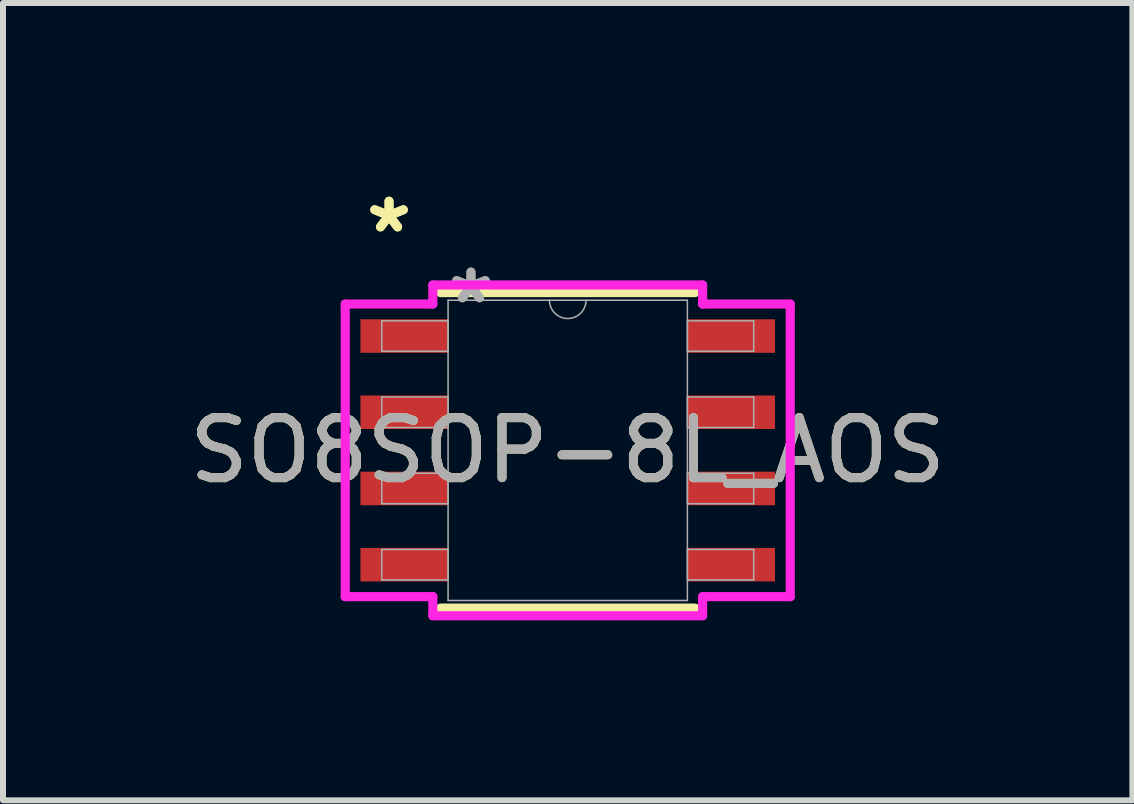
<source format=kicad_pcb>
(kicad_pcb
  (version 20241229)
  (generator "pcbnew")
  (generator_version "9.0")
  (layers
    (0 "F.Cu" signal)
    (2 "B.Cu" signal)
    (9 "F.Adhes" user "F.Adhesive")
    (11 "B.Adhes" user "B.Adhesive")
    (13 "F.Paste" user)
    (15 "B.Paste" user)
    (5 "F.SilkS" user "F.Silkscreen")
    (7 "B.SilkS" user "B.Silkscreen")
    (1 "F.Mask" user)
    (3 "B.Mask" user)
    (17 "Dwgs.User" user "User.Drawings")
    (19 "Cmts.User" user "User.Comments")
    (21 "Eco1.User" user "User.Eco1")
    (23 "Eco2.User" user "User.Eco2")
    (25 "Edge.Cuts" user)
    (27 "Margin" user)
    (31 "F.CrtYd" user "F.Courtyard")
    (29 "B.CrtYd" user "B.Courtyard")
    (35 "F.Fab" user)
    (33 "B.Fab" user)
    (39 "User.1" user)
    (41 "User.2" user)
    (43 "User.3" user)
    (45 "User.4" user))
  (footprint "SO8SOP-8L_AOS"
    (layer "F.Cu")
    (at 6.411 4.455)
    (property "Reference" "SO8SOP-8L_AOS" (at 0 0 0) (unlocked yes) (layer "F.SilkS") (effects (font (size 1 1) (thickness 0.15))))
    (attr smd)
    (fp_line (start -2.121 2.629) (end 2.121 2.629) (stroke (width 0.152) (type solid)) (layer "F.SilkS"))
    (fp_line (start 2.121 -2.629) (end -2.121 -2.629) (stroke (width 0.152) (type solid)) (layer "F.SilkS"))
    (fp_line (start -3.708 -2.438) (end -2.248 -2.438) (stroke (width 0.152) (type solid)) (layer "F.CrtYd"))
    (fp_line (start -3.708 2.438) (end -3.708 -2.438) (stroke (width 0.152) (type solid)) (layer "F.CrtYd"))
    (fp_line (start -3.708 2.438) (end -2.248 2.438) (stroke (width 0.152) (type solid)) (layer "F.CrtYd"))
    (fp_line (start -2.248 -2.756) (end 2.248 -2.756) (stroke (width 0.152) (type solid)) (layer "F.CrtYd"))
    (fp_line (start -2.248 -2.438) (end -2.248 -2.756) (stroke (width 0.152) (type solid)) (layer "F.CrtYd"))
    (fp_line (start -2.248 2.756) (end -2.248 2.438) (stroke (width 0.152) (type solid)) (layer "F.CrtYd"))
    (fp_line (start 2.248 -2.756) (end 2.248 -2.438) (stroke (width 0.152) (type solid)) (layer "F.CrtYd"))
    (fp_line (start 2.248 2.438) (end 2.248 2.756) (stroke (width 0.152) (type solid)) (layer "F.CrtYd"))
    (fp_line (start 2.248 2.756) (end -2.248 2.756) (stroke (width 0.152) (type solid)) (layer "F.CrtYd"))
    (fp_line (start 3.708 -2.438) (end 2.248 -2.438) (stroke (width 0.152) (type solid)) (layer "F.CrtYd"))
    (fp_line (start 3.708 -2.438) (end 3.708 2.438) (stroke (width 0.152) (type solid)) (layer "F.CrtYd"))
    (fp_line (start 3.708 2.438) (end 2.248 2.438) (stroke (width 0.152) (type solid)) (layer "F.CrtYd"))
    (fp_line (start -3.099 -2.159) (end -3.099 -1.651) (stroke (width 0.025) (type solid)) (layer "F.Fab"))
    (fp_line (start -3.099 -1.651) (end -1.994 -1.651) (stroke (width 0.025) (type solid)) (layer "F.Fab"))
    (fp_line (start -3.099 -0.889) (end -3.099 -0.381) (stroke (width 0.025) (type solid)) (layer "F.Fab"))
    (fp_line (start -3.099 -0.381) (end -1.994 -0.381) (stroke (width 0.025) (type solid)) (layer "F.Fab"))
    (fp_line (start -3.099 0.381) (end -3.099 0.889) (stroke (width 0.025) (type solid)) (layer "F.Fab"))
    (fp_line (start -3.099 0.889) (end -1.994 0.889) (stroke (width 0.025) (type solid)) (layer "F.Fab"))
    (fp_line (start -3.099 1.651) (end -3.099 2.159) (stroke (width 0.025) (type solid)) (layer "F.Fab"))
    (fp_line (start -3.099 2.159) (end -1.994 2.159) (stroke (width 0.025) (type solid)) (layer "F.Fab"))
    (fp_line (start -1.994 -2.502) (end -1.994 2.502) (stroke (width 0.025) (type solid)) (layer "F.Fab"))
    (fp_line (start -1.994 -2.159) (end -3.099 -2.159) (stroke (width 0.025) (type solid)) (layer "F.Fab"))
    (fp_line (start -1.994 -1.651) (end -1.994 -2.159) (stroke (width 0.025) (type solid)) (layer "F.Fab"))
    (fp_line (start -1.994 -0.889) (end -3.099 -0.889) (stroke (width 0.025) (type solid)) (layer "F.Fab"))
    (fp_line (start -1.994 -0.381) (end -1.994 -0.889) (stroke (width 0.025) (type solid)) (layer "F.Fab"))
    (fp_line (start -1.994 0.381) (end -3.099 0.381) (stroke (width 0.025) (type solid)) (layer "F.Fab"))
    (fp_line (start -1.994 0.889) (end -1.994 0.381) (stroke (width 0.025) (type solid)) (layer "F.Fab"))
    (fp_line (start -1.994 1.651) (end -3.099 1.651) (stroke (width 0.025) (type solid)) (layer "F.Fab"))
    (fp_line (start -1.994 2.159) (end -1.994 1.651) (stroke (width 0.025) (type solid)) (layer "F.Fab"))
    (fp_line (start -1.994 2.502) (end 1.994 2.502) (stroke (width 0.025) (type solid)) (layer "F.Fab"))
    (fp_line (start 1.994 -2.502) (end -1.994 -2.502) (stroke (width 0.025) (type solid)) (layer "F.Fab"))
    (fp_line (start 1.994 -2.159) (end 1.994 -1.651) (stroke (width 0.025) (type solid)) (layer "F.Fab"))
    (fp_line (start 1.994 -1.651) (end 3.099 -1.651) (stroke (width 0.025) (type solid)) (layer "F.Fab"))
    (fp_line (start 1.994 -0.889) (end 1.994 -0.381) (stroke (width 0.025) (type solid)) (layer "F.Fab"))
    (fp_line (start 1.994 -0.381) (end 3.099 -0.381) (stroke (width 0.025) (type solid)) (layer "F.Fab"))
    (fp_line (start 1.994 0.381) (end 1.994 0.889) (stroke (width 0.025) (type solid)) (layer "F.Fab"))
    (fp_line (start 1.994 0.889) (end 3.099 0.889) (stroke (width 0.025) (type solid)) (layer "F.Fab"))
    (fp_line (start 1.994 1.651) (end 1.994 2.159) (stroke (width 0.025) (type solid)) (layer "F.Fab"))
    (fp_line (start 1.994 2.159) (end 3.099 2.159) (stroke (width 0.025) (type solid)) (layer "F.Fab"))
    (fp_line (start 1.994 2.502) (end 1.994 -2.502) (stroke (width 0.025) (type solid)) (layer "F.Fab"))
    (fp_line (start 3.099 -2.159) (end 1.994 -2.159) (stroke (width 0.025) (type solid)) (layer "F.Fab"))
    (fp_line (start 3.099 -1.651) (end 3.099 -2.159) (stroke (width 0.025) (type solid)) (layer "F.Fab"))
    (fp_line (start 3.099 -0.889) (end 1.994 -0.889) (stroke (width 0.025) (type solid)) (layer "F.Fab"))
    (fp_line (start 3.099 -0.381) (end 3.099 -0.889) (stroke (width 0.025) (type solid)) (layer "F.Fab"))
    (fp_line (start 3.099 0.381) (end 1.994 0.381) (stroke (width 0.025) (type solid)) (layer "F.Fab"))
    (fp_line (start 3.099 0.889) (end 3.099 0.381) (stroke (width 0.025) (type solid)) (layer "F.Fab"))
    (fp_line (start 3.099 1.651) (end 1.994 1.651) (stroke (width 0.025) (type solid)) (layer "F.Fab"))
    (fp_line (start 3.099 2.159) (end 3.099 1.651) (stroke (width 0.025) (type solid)) (layer "F.Fab"))
    (fp_arc (start 0.3048 -2.5019) (mid 0 -2.1971) (end -0.3048 -2.5019) (stroke (width 0.0254) (type solid)) (layer "F.Fab"))
    (fp_text user "*" (at -2.978 -3.607 0) (unlocked yes) (layer "F.SilkS") (effects (font (size 1 1) (thickness 0.15))))
    (fp_text user "*" (at -2.978 -3.607 0) (layer "F.SilkS") (effects (font (size 1 1) (thickness 0.15))))
    (fp_text user "${REFERENCE}" (at 0 0 0) (unlocked yes) (layer "F.Fab") (effects (font (size 1 1) (thickness 0.15))))
    (fp_text user "*" (at -1.613 -2.426 0) (layer "F.Fab") (effects (font (size 1 1) (thickness 0.15))))
    (fp_text user "*" (at -1.613 -2.426 0) (unlocked yes) (layer "F.Fab") (effects (font (size 1 1) (thickness 0.15))))
    (pad "1" smd rect (at -2.724 -1.905) (size 1.46 0.559) (layers "F.Cu" "F.Mask" "F.Paste"))
    (pad "2" smd rect (at -2.724 -0.635) (size 1.46 0.559) (layers "F.Cu" "F.Mask" "F.Paste"))
    (pad "3" smd rect (at -2.724 0.635) (size 1.46 0.559) (layers "F.Cu" "F.Mask" "F.Paste"))
    (pad "4" smd rect (at -2.724 1.905) (size 1.46 0.559) (layers "F.Cu" "F.Mask" "F.Paste"))
    (pad "5" smd rect (at 2.724 1.905) (size 1.46 0.559) (layers "F.Cu" "F.Mask" "F.Paste"))
    (pad "6" smd rect (at 2.724 0.635) (size 1.46 0.559) (layers "F.Cu" "F.Mask" "F.Paste"))
    (pad "7" smd rect (at 2.724 -0.635) (size 1.46 0.559) (layers "F.Cu" "F.Mask" "F.Paste"))
    (pad "8" smd rect (at 2.724 -1.905) (size 1.46 0.559) (layers "F.Cu" "F.Mask" "F.Paste")))
  (gr_rect
    (start -3 -3)
    (end 15.821 10.287)
    (stroke (width 0.1) (type default))
    (fill no)
    (layer "Edge.Cuts")))
</source>
